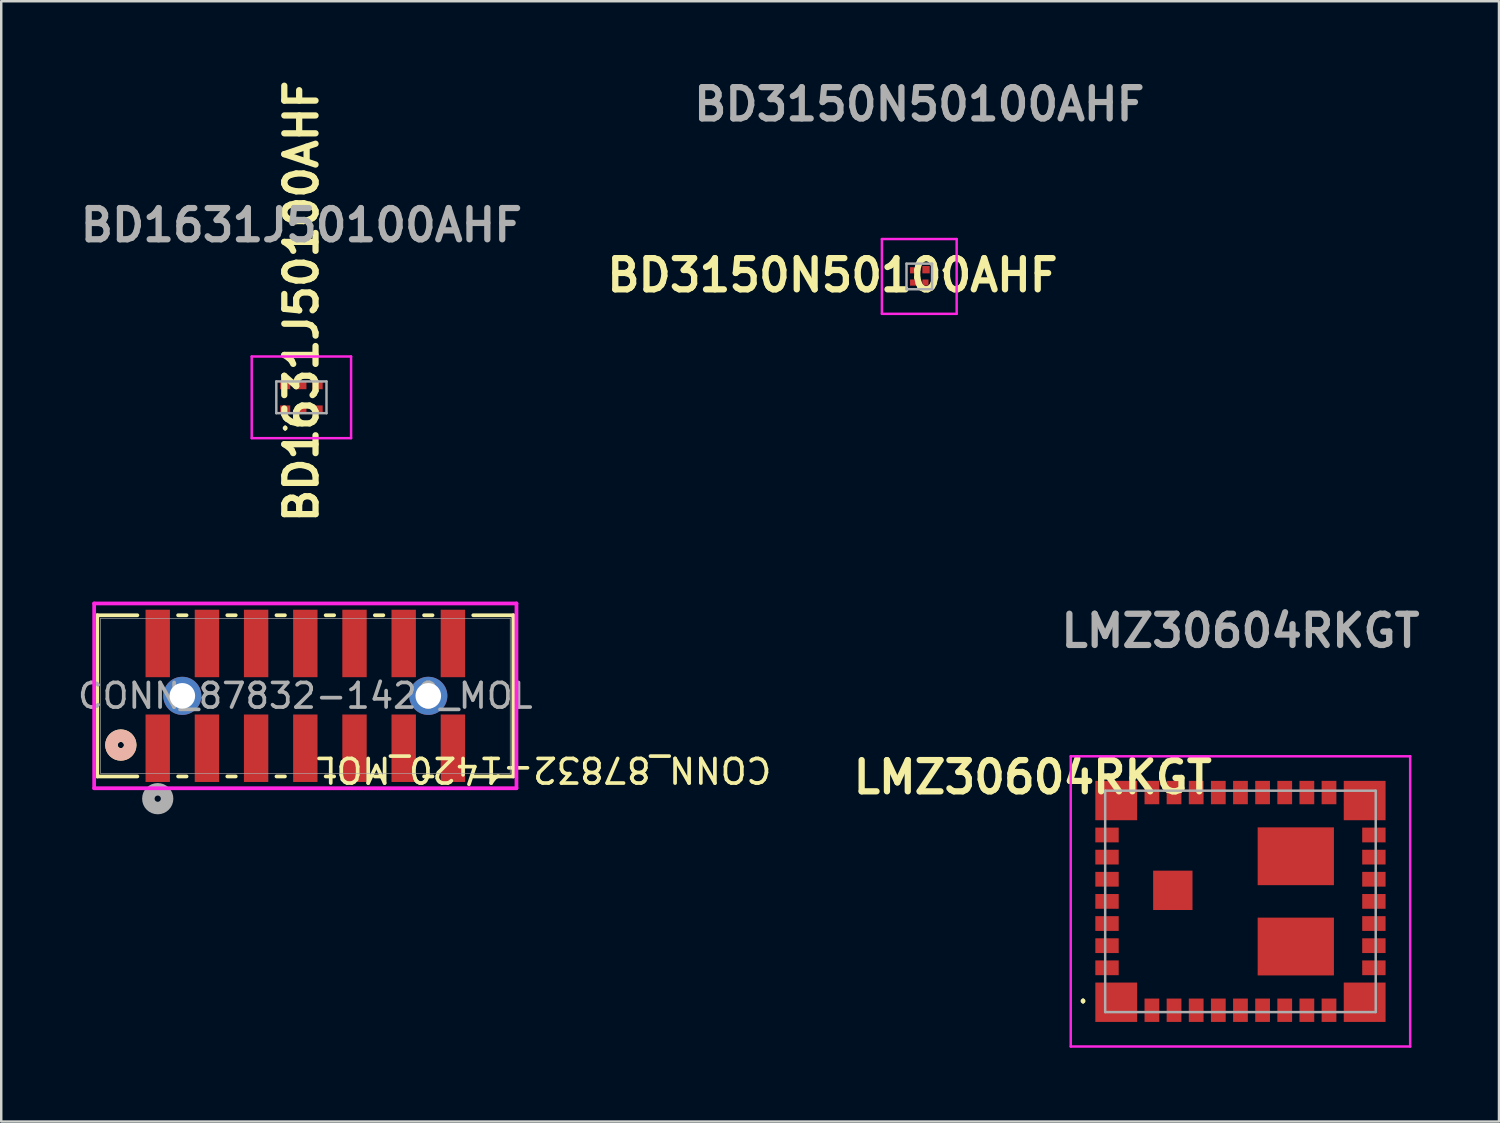
<source format=kicad_pcb>
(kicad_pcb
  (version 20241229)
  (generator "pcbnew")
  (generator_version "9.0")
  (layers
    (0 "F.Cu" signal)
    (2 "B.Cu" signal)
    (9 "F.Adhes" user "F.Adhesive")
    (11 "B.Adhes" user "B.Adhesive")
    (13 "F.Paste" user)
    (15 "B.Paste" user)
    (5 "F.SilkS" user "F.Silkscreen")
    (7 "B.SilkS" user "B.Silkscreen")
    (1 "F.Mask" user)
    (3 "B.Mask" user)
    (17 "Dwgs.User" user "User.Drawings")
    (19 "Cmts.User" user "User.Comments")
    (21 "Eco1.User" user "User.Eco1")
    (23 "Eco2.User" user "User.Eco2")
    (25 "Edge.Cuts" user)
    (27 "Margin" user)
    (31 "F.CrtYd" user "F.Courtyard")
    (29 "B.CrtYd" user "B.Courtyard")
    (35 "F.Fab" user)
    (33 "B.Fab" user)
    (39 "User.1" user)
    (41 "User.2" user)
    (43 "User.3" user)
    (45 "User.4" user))
  (footprint "LMZ30604RKGT"
    (layer "F.Cu")
    (at 47.383 33.598)
    (property "Reference" "LMZ30604RKGT" (at -8.446 -5.05 0) (layer "F.SilkS") (effects (font (size 1.27 1.27) (thickness 0.254))))
    (attr smd)
    (fp_line (start -6.4 4) (end -6.4 4) (stroke (width 0.1) (type solid)) (layer "F.SilkS"))
    (fp_line (start -6.4 4.1) (end -6.4 4.1) (stroke (width 0.1) (type solid)) (layer "F.SilkS"))
    (fp_arc (start -6.4 4) (mid -6.35 4.05) (end -6.4 4.1) (stroke (width 0.1) (type solid)) (layer "F.SilkS"))
    (fp_arc (start -6.4 4.1) (mid -6.45 4.05) (end -6.4 4) (stroke (width 0.1) (type solid)) (layer "F.SilkS"))
    (fp_line (start -6.9 -5.9) (end 6.9 -5.9) (stroke (width 0.1) (type solid)) (layer "F.CrtYd"))
    (fp_line (start -6.9 5.9) (end -6.9 -5.9) (stroke (width 0.1) (type solid)) (layer "F.CrtYd"))
    (fp_line (start 6.9 -5.9) (end 6.9 5.9) (stroke (width 0.1) (type solid)) (layer "F.CrtYd"))
    (fp_line (start 6.9 5.9) (end -6.9 5.9) (stroke (width 0.1) (type solid)) (layer "F.CrtYd"))
    (fp_line (start -5.5 -4.5) (end 5.5 -4.5) (stroke (width 0.1) (type solid)) (layer "F.Fab"))
    (fp_line (start -5.5 4.5) (end -5.5 -4.5) (stroke (width 0.1) (type solid)) (layer "F.Fab"))
    (fp_line (start 5.5 -4.5) (end 5.5 4.5) (stroke (width 0.1) (type solid)) (layer "F.Fab"))
    (fp_line (start 5.5 4.5) (end -5.5 4.5) (stroke (width 0.1) (type solid)) (layer "F.Fab"))
    (fp_text user "${REFERENCE}" (at 0 -11 0) (layer "F.Fab") (effects (font (size 1.27 1.27) (thickness 0.254))))
    (pad "1" smd rect (at -5.05 4.1 90) (size 1.6 1.7) (layers "F.Cu" "F.Mask" "F.Paste"))
    (pad "2" smd rect (at -3.6 4.425) (size 0.6 0.95) (layers "F.Cu" "F.Mask" "F.Paste"))
    (pad "3" smd rect (at -2.7 4.425) (size 0.6 0.95) (layers "F.Cu" "F.Mask" "F.Paste"))
    (pad "4" smd rect (at -1.8 4.425) (size 0.6 0.95) (layers "F.Cu" "F.Mask" "F.Paste"))
    (pad "5" smd rect (at -0.9 4.425) (size 0.6 0.95) (layers "F.Cu" "F.Mask" "F.Paste"))
    (pad "6" smd rect (at 0 4.425) (size 0.6 0.95) (layers "F.Cu" "F.Mask" "F.Paste"))
    (pad "7" smd rect (at 0.9 4.425) (size 0.6 0.95) (layers "F.Cu" "F.Mask" "F.Paste"))
    (pad "8" smd rect (at 1.8 4.425) (size 0.6 0.95) (layers "F.Cu" "F.Mask" "F.Paste"))
    (pad "9" smd rect (at 2.7 4.425) (size 0.6 0.95) (layers "F.Cu" "F.Mask" "F.Paste"))
    (pad "10" smd rect (at 3.6 4.425) (size 0.6 0.95) (layers "F.Cu" "F.Mask" "F.Paste"))
    (pad "11" smd rect (at 5.05 4.1 90) (size 1.6 1.7) (layers "F.Cu" "F.Mask" "F.Paste"))
    (pad "12" smd rect (at 5.425 2.7 90) (size 0.6 0.95) (layers "F.Cu" "F.Mask" "F.Paste"))
    (pad "13" smd rect (at 5.425 1.8 90) (size 0.6 0.95) (layers "F.Cu" "F.Mask" "F.Paste"))
    (pad "14" smd rect (at 5.425 0.9 90) (size 0.6 0.95) (layers "F.Cu" "F.Mask" "F.Paste"))
    (pad "15" smd rect (at 5.425 0 90) (size 0.6 0.95) (layers "F.Cu" "F.Mask" "F.Paste"))
    (pad "16" smd rect (at 5.425 -0.9 90) (size 0.6 0.95) (layers "F.Cu" "F.Mask" "F.Paste"))
    (pad "17" smd rect (at 5.425 -1.8 90) (size 0.6 0.95) (layers "F.Cu" "F.Mask" "F.Paste"))
    (pad "18" smd rect (at 5.425 -2.7 90) (size 0.6 0.95) (layers "F.Cu" "F.Mask" "F.Paste"))
    (pad "19" smd rect (at 5.05 -4.1 90) (size 1.6 1.7) (layers "F.Cu" "F.Mask" "F.Paste"))
    (pad "20" smd rect (at 3.6 -4.425) (size 0.6 0.95) (layers "F.Cu" "F.Mask" "F.Paste"))
    (pad "21" smd rect (at 2.7 -4.425) (size 0.6 0.95) (layers "F.Cu" "F.Mask" "F.Paste"))
    (pad "22" smd rect (at 1.8 -4.425) (size 0.6 0.95) (layers "F.Cu" "F.Mask" "F.Paste"))
    (pad "23" smd rect (at 0.9 -4.425) (size 0.6 0.95) (layers "F.Cu" "F.Mask" "F.Paste"))
    (pad "24" smd rect (at 0 -4.425) (size 0.6 0.95) (layers "F.Cu" "F.Mask" "F.Paste"))
    (pad "25" smd rect (at -0.9 -4.425) (size 0.6 0.95) (layers "F.Cu" "F.Mask" "F.Paste"))
    (pad "26" smd rect (at -1.8 -4.425) (size 0.6 0.95) (layers "F.Cu" "F.Mask" "F.Paste"))
    (pad "27" smd rect (at -2.7 -4.425) (size 0.6 0.95) (layers "F.Cu" "F.Mask" "F.Paste"))
    (pad "28" smd rect (at -3.6 -4.425) (size 0.6 0.95) (layers "F.Cu" "F.Mask" "F.Paste"))
    (pad "29" smd rect (at -5.05 -4.1 90) (size 1.6 1.7) (layers "F.Cu" "F.Mask" "F.Paste"))
    (pad "30" smd rect (at -5.425 -2.7 90) (size 0.6 0.95) (layers "F.Cu" "F.Mask" "F.Paste"))
    (pad "31" smd rect (at -5.425 -1.8 90) (size 0.6 0.95) (layers "F.Cu" "F.Mask" "F.Paste"))
    (pad "32" smd rect (at -5.425 -0.9 90) (size 0.6 0.95) (layers "F.Cu" "F.Mask" "F.Paste"))
    (pad "33" smd rect (at -5.425 0 90) (size 0.6 0.95) (layers "F.Cu" "F.Mask" "F.Paste"))
    (pad "34" smd rect (at -5.425 0.9 90) (size 0.6 0.95) (layers "F.Cu" "F.Mask" "F.Paste"))
    (pad "35" smd rect (at -5.425 1.8 90) (size 0.6 0.95) (layers "F.Cu" "F.Mask" "F.Paste"))
    (pad "36" smd rect (at -5.425 2.7 90) (size 0.6 0.95) (layers "F.Cu" "F.Mask" "F.Paste"))
    (pad "37" smd rect (at -2.75 -0.45 90) (size 1.6 1.6) (layers "F.Cu" "F.Mask" "F.Paste"))
    (pad "38" smd rect (at 2.25 1.835 90) (size 2.35 3.1) (layers "F.Cu" "F.Mask" "F.Paste"))
    (pad "39" smd rect (at 2.25 -1.835 90) (size 2.35 3.1) (layers "F.Cu" "F.Mask" "F.Paste")))
  (footprint "BD3150N50100AHF"
    (layer "F.Cu")
    (at 34.325 8.189)
    (property "Reference" "BD3150N50100AHF" (at -3.53 -0.05 180) (layer "F.SilkS") (effects (font (size 1.27 1.27) (thickness 0.254))))
    (attr smd)
    (fp_line (start 1 -0.25) (end 1 -0.25) (stroke (width 0.1) (type solid)) (layer "F.SilkS"))
    (fp_line (start 1.1 -0.25) (end 1.1 -0.25) (stroke (width 0.1) (type solid)) (layer "F.SilkS"))
    (fp_arc (start 1 -0.25) (mid 1.05 -0.3) (end 1.1 -0.25) (stroke (width 0.1) (type solid)) (layer "F.SilkS"))
    (fp_arc (start 1.1 -0.25) (mid 1.05 -0.2) (end 1 -0.25) (stroke (width 0.1) (type solid)) (layer "F.SilkS"))
    (fp_line (start -1.52 -1.52) (end 1.52 -1.52) (stroke (width 0.1) (type solid)) (layer "F.CrtYd"))
    (fp_line (start -1.52 1.52) (end -1.52 -1.52) (stroke (width 0.1) (type solid)) (layer "F.CrtYd"))
    (fp_line (start 1.52 -1.52) (end 1.52 1.52) (stroke (width 0.1) (type solid)) (layer "F.CrtYd"))
    (fp_line (start 1.52 1.52) (end -1.52 1.52) (stroke (width 0.1) (type solid)) (layer "F.CrtYd"))
    (fp_line (start -0.52 -0.52) (end 0.52 -0.52) (stroke (width 0.1) (type solid)) (layer "F.Fab"))
    (fp_line (start -0.52 0.52) (end -0.52 -0.52) (stroke (width 0.1) (type solid)) (layer "F.Fab"))
    (fp_line (start 0.52 -0.52) (end 0.52 0.52) (stroke (width 0.1) (type solid)) (layer "F.Fab"))
    (fp_line (start 0.52 0.52) (end -0.52 0.52) (stroke (width 0.1) (type solid)) (layer "F.Fab"))
    (fp_text user "${REFERENCE}" (at 0 -7 180) (layer "F.Fab") (effects (font (size 1.27 1.27) (thickness 0.254))))
    (pad "1" smd rect (at 0.275 -0.275 90) (size 0.3 0.3) (layers "F.Cu" "F.Mask" "F.Paste"))
    (pad "2" smd rect (at -0.25 -0.25 90) (size 0.25 0.25) (layers "F.Cu" "F.Mask" "F.Paste"))
    (pad "3" smd rect (at -0.25 0.25 90) (size 0.25 0.25) (layers "F.Cu" "F.Mask" "F.Paste"))
    (pad "4" smd rect (at 0.25 0.25 90) (size 0.25 0.25) (layers "F.Cu" "F.Mask" "F.Paste")))
  (footprint "CONN_87832-1420_MOL"
    (layer "F.Cu")
    (at 9.363 25.241)
    (property "Reference" "CONN_87832-1420_MOL" (at 9.7 3 180) (unlocked yes) (layer "F.SilkS") (effects (font (size 1 1) (thickness 0.15))))
    (attr smd)
    (fp_line (start -8.458 -3.277) (end -8.458 3.277) (stroke (width 0.152) (type solid)) (layer "F.SilkS"))
    (fp_line (start -8.458 3.277) (end -6.828 3.277) (stroke (width 0.152) (type solid)) (layer "F.SilkS"))
    (fp_line (start -6.828 -3.277) (end -8.458 -3.277) (stroke (width 0.152) (type solid)) (layer "F.SilkS"))
    (fp_line (start -5.172 3.277) (end -4.828 3.277) (stroke (width 0.152) (type solid)) (layer "F.SilkS"))
    (fp_line (start -4.828 -3.277) (end -5.172 -3.277) (stroke (width 0.152) (type solid)) (layer "F.SilkS"))
    (fp_line (start -3.172 3.277) (end -2.828 3.277) (stroke (width 0.152) (type solid)) (layer "F.SilkS"))
    (fp_line (start -2.828 -3.277) (end -3.172 -3.277) (stroke (width 0.152) (type solid)) (layer "F.SilkS"))
    (fp_line (start -1.172 3.277) (end -0.828 3.277) (stroke (width 0.152) (type solid)) (layer "F.SilkS"))
    (fp_line (start -0.828 -3.277) (end -1.172 -3.277) (stroke (width 0.152) (type solid)) (layer "F.SilkS"))
    (fp_line (start 0.828 3.277) (end 1.172 3.277) (stroke (width 0.152) (type solid)) (layer "F.SilkS"))
    (fp_line (start 1.172 -3.277) (end 0.828 -3.277) (stroke (width 0.152) (type solid)) (layer "F.SilkS"))
    (fp_line (start 2.828 3.277) (end 3.172 3.277) (stroke (width 0.152) (type solid)) (layer "F.SilkS"))
    (fp_line (start 3.172 -3.277) (end 2.828 -3.277) (stroke (width 0.152) (type solid)) (layer "F.SilkS"))
    (fp_line (start 4.828 3.277) (end 5.172 3.277) (stroke (width 0.152) (type solid)) (layer "F.SilkS"))
    (fp_line (start 5.172 -3.277) (end 4.828 -3.277) (stroke (width 0.152) (type solid)) (layer "F.SilkS"))
    (fp_line (start 6.828 3.277) (end 8.458 3.277) (stroke (width 0.152) (type solid)) (layer "F.SilkS"))
    (fp_line (start 8.458 -3.277) (end 6.828 -3.277) (stroke (width 0.152) (type solid)) (layer "F.SilkS"))
    (fp_line (start 8.458 3.277) (end 8.458 -3.277) (stroke (width 0.152) (type solid)) (layer "F.SilkS"))
    (fp_circle (center -7.5 2) (end -7.119 2) (stroke (width 0.508) (type solid)) (fill no) (layer "F.SilkS"))
    (fp_circle (center -7.5 2) (end -7.119 2) (stroke (width 0.508) (type solid)) (fill no) (layer "B.SilkS"))
    (fp_line (start -8.585 -3.756) (end -8.585 3.756) (stroke (width 0.152) (type solid)) (layer "F.CrtYd"))
    (fp_line (start -8.585 3.756) (end 8.585 3.756) (stroke (width 0.152) (type solid)) (layer "F.CrtYd"))
    (fp_line (start 8.585 -3.756) (end -8.585 -3.756) (stroke (width 0.152) (type solid)) (layer "F.CrtYd"))
    (fp_line (start 8.585 3.756) (end 8.585 -3.756) (stroke (width 0.152) (type solid)) (layer "F.CrtYd"))
    (fp_line (start -8.331 -3.15) (end -8.331 3.15) (stroke (width 0.025) (type solid)) (layer "F.Fab"))
    (fp_line (start -8.331 3.15) (end 8.331 3.15) (stroke (width 0.025) (type solid)) (layer "F.Fab"))
    (fp_line (start 8.331 -3.15) (end -8.331 -3.15) (stroke (width 0.025) (type solid)) (layer "F.Fab"))
    (fp_line (start 8.331 3.15) (end 8.331 -3.15) (stroke (width 0.025) (type solid)) (layer "F.Fab"))
    (fp_circle (center -6 4.181) (end -5.619 4.181) (stroke (width 0.508) (type solid)) (fill no) (layer "F.Fab"))
    (fp_text user "${REFERENCE}" (at 0 0 0) (unlocked yes) (layer "F.Fab") (effects (font (size 1 1) (thickness 0.15))))
    (pad "1" smd rect (at -6 2.13) (size 0.991 2.743) (layers "F.Cu" "F.Mask" "F.Paste"))
    (pad "2" smd rect (at -6 -2.13) (size 0.991 2.743) (layers "F.Cu" "F.Mask" "F.Paste"))
    (pad "3" smd rect (at -4 2.13) (size 0.991 2.743) (layers "F.Cu" "F.Mask" "F.Paste"))
    (pad "4" smd rect (at -4 -2.13) (size 0.991 2.743) (layers "F.Cu" "F.Mask" "F.Paste"))
    (pad "5" smd rect (at -2 2.13) (size 0.991 2.743) (layers "F.Cu" "F.Mask" "F.Paste"))
    (pad "6" smd rect (at -2 -2.13) (size 0.991 2.743) (layers "F.Cu" "F.Mask" "F.Paste"))
    (pad "7" smd rect (at 0 2.13) (size 0.991 2.743) (layers "F.Cu" "F.Mask" "F.Paste"))
    (pad "8" smd rect (at 0 -2.13) (size 0.991 2.743) (layers "F.Cu" "F.Mask" "F.Paste"))
    (pad "9" smd rect (at 2 2.13) (size 0.991 2.743) (layers "F.Cu" "F.Mask" "F.Paste"))
    (pad "10" smd rect (at 2 -2.13) (size 0.991 2.743) (layers "F.Cu" "F.Mask" "F.Paste"))
    (pad "11" smd rect (at 4 2.13) (size 0.991 2.743) (layers "F.Cu" "F.Mask" "F.Paste"))
    (pad "12" smd rect (at 4 -2.13) (size 0.991 2.743) (layers "F.Cu" "F.Mask" "F.Paste"))
    (pad "13" smd rect (at 6 2.13) (size 0.991 2.743) (layers "F.Cu" "F.Mask" "F.Paste"))
    (pad "14" smd rect (at 6 -2.13) (size 0.991 2.743) (layers "F.Cu" "F.Mask" "F.Paste"))
    (pad "15" thru_hole circle (at -5 0) (size 1.549 1.549) (drill 1.041) (layers "*.Cu" "*.Mask"))
    (pad "16" thru_hole circle (at 5 0) (size 1.549 1.549) (drill 1.041) (layers "*.Cu" "*.Mask")))
  (footprint "BD1631J50100AHF"
    (layer "F.Cu")
    (at 9.204 13.104)
    (property "Reference" "BD1631J50100AHF" (at 0 -3.9 90) (layer "F.SilkS") (effects (font (size 1.27 1.27) (thickness 0.254))))
    (attr smd)
    (fp_line (start -0.66 1.2) (end -0.66 1.2) (stroke (width 0.1) (type solid)) (layer "F.SilkS"))
    (fp_line (start -0.66 1.3) (end -0.66 1.3) (stroke (width 0.1) (type solid)) (layer "F.SilkS"))
    (fp_arc (start -0.66 1.2) (mid -0.61 1.25) (end -0.66 1.3) (stroke (width 0.1) (type solid)) (layer "F.SilkS"))
    (fp_arc (start -0.66 1.3) (mid -0.71 1.25) (end -0.66 1.2) (stroke (width 0.1) (type solid)) (layer "F.SilkS"))
    (fp_line (start -2.02 -1.66) (end 2.02 -1.66) (stroke (width 0.1) (type solid)) (layer "F.CrtYd"))
    (fp_line (start -2.02 1.66) (end -2.02 -1.66) (stroke (width 0.1) (type solid)) (layer "F.CrtYd"))
    (fp_line (start 2.02 -1.66) (end 2.02 1.66) (stroke (width 0.1) (type solid)) (layer "F.CrtYd"))
    (fp_line (start 2.02 1.66) (end -2.02 1.66) (stroke (width 0.1) (type solid)) (layer "F.CrtYd"))
    (fp_line (start -1.02 -0.645) (end -1.02 0.645) (stroke (width 0.1) (type solid)) (layer "F.Fab"))
    (fp_line (start -1.02 0.645) (end 1.02 0.645) (stroke (width 0.1) (type solid)) (layer "F.Fab"))
    (fp_line (start 1.02 -0.645) (end -1.02 -0.645) (stroke (width 0.1) (type solid)) (layer "F.Fab"))
    (fp_line (start 1.02 0.645) (end 1.02 -0.645) (stroke (width 0.1) (type solid)) (layer "F.Fab"))
    (fp_text user "${REFERENCE}" (at 0 -7 0) (layer "F.Fab") (effects (font (size 1.27 1.27) (thickness 0.254))))
    (pad "1" smd rect (at -0.66 0.495 90) (size 0.33 0.41) (layers "F.Cu" "F.Mask" "F.Paste"))
    (pad "2" smd rect (at 0 0.495 90) (size 0.33 0.41) (layers "F.Cu" "F.Mask" "F.Paste"))
    (pad "3" smd rect (at 0.66 0.495 90) (size 0.33 0.41) (layers "F.Cu" "F.Mask" "F.Paste"))
    (pad "4" smd rect (at 0.66 -0.495 90) (size 0.33 0.41) (layers "F.Cu" "F.Mask" "F.Paste"))
    (pad "5" smd rect (at 0 -0.495 90) (size 0.33 0.41) (layers "F.Cu" "F.Mask" "F.Paste"))
    (pad "6" smd rect (at -0.66 -0.495 90) (size 0.33 0.41) (layers "F.Cu" "F.Mask" "F.Paste")))
  (gr_rect
    (start -3 -3)
    (end 57.894 42.548)
    (stroke (width 0.1) (type default))
    (fill no)
    (layer "Edge.Cuts")))
</source>
